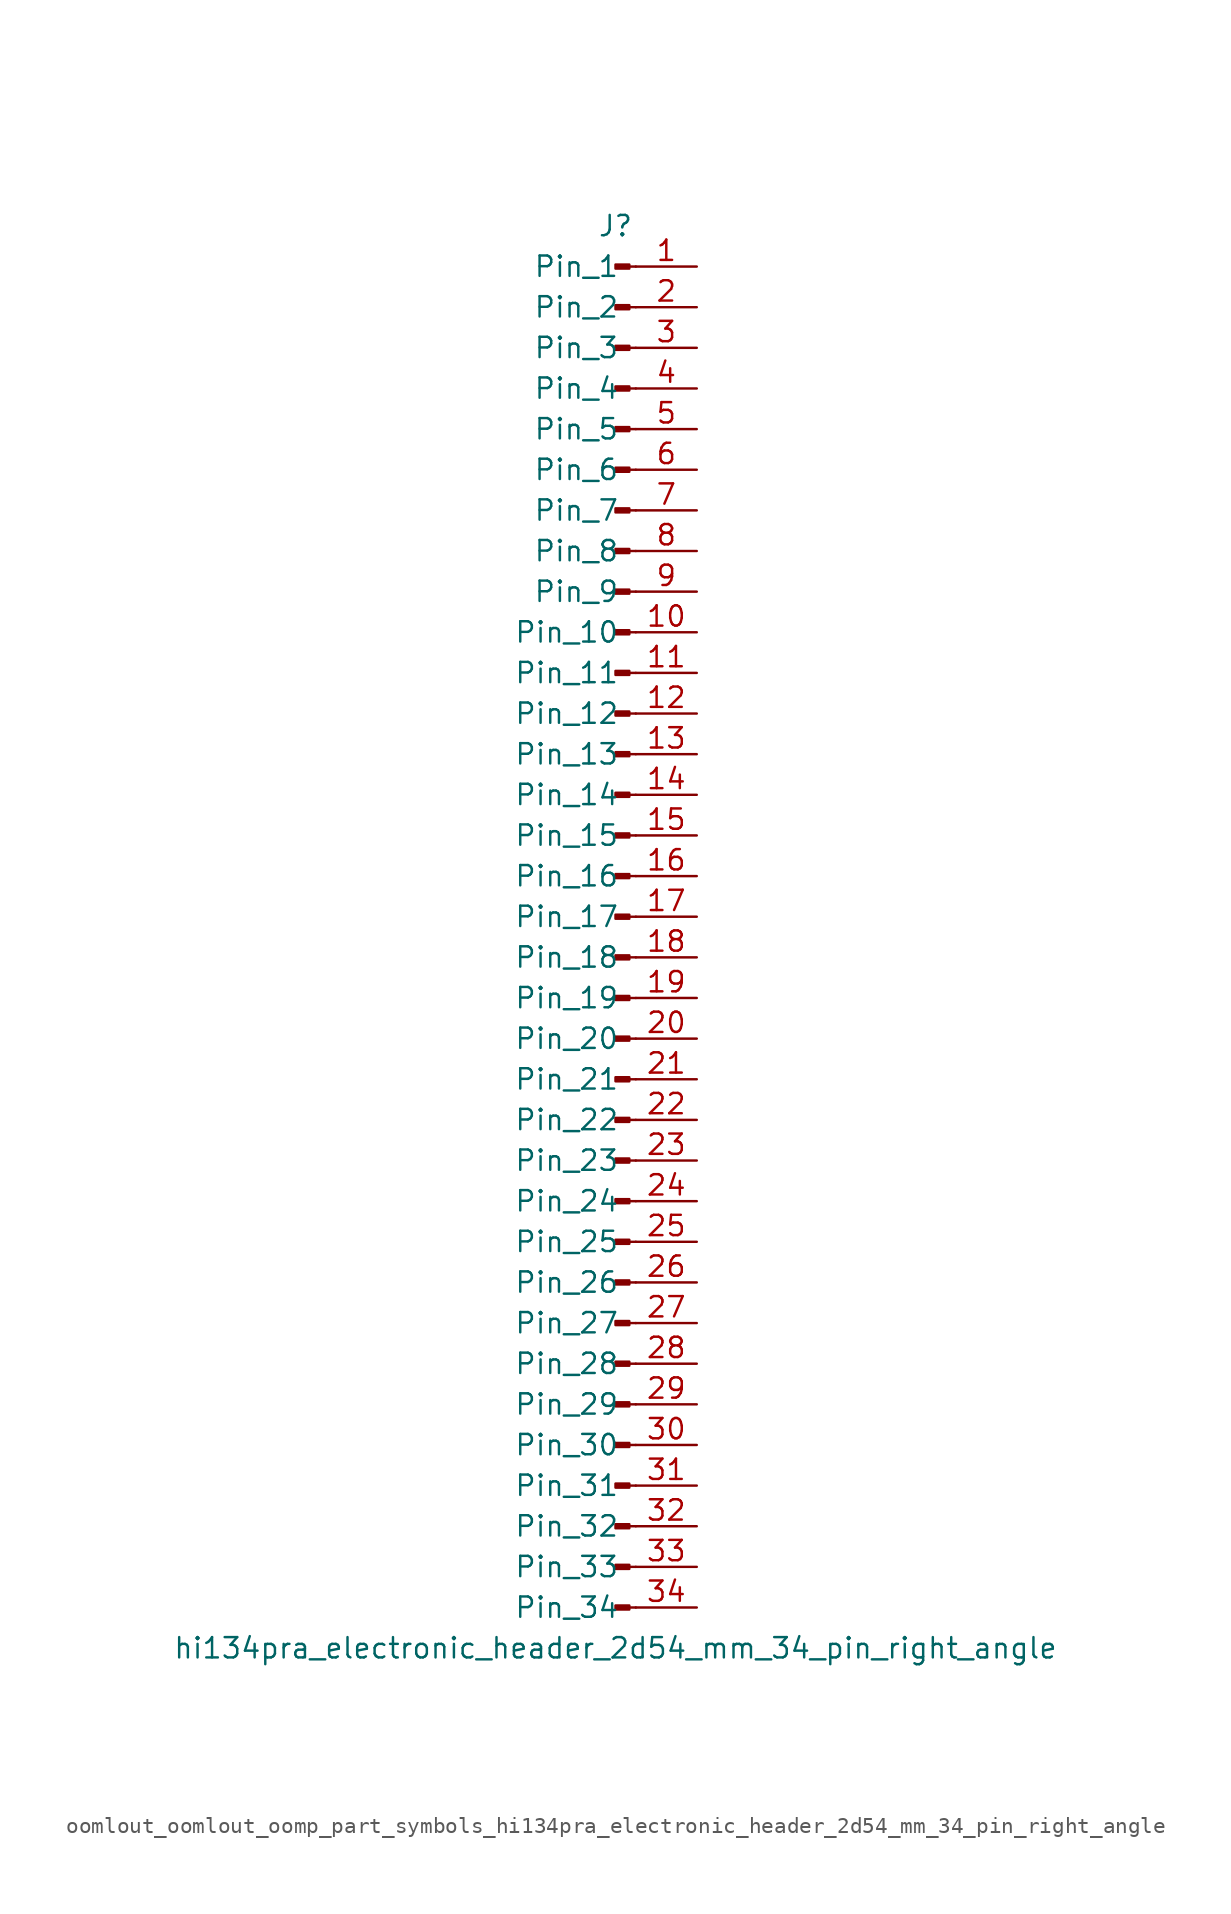
<source format=kicad_sym>
(kicad_symbol_lib
  (version 20220914)
  (generator kicad_symbol_editor)
  (symbol "oomlout_oomlout_oomp_part_symbols_hi134pra_electronic_header_2d54_mm_34_pin_right_angle"
    (pin_names
      (offset 1.016))
    (property "Reference" "J"
      (at 0 43.18 0)
      (effects (font (size 1.27 1.27))))
    (property "Value" "hi134pra_electronic_header_2d54_mm_34_pin_right_angle"
      (at 0 -45.72 0)
      (effects (font (size 1.27 1.27))))
    (property "ki_locked" ""
      (at 0 0 0)
      (effects (font (size 1.27 1.27))))
    (symbol "oomlout_oomlout_oomp_part_symbols_hi134pra_electronic_header_2d54_mm_34_pin_right_angle_1_1"
      (polyline (pts (xy 1.27 -43.18) (xy 0.864 -43.18)) (stroke (width 0.152) (type default)) (fill (type none)))
      (polyline (pts (xy 1.27 -40.64) (xy 0.864 -40.64)) (stroke (width 0.152) (type default)) (fill (type none)))
      (polyline (pts (xy 1.27 -38.1) (xy 0.864 -38.1)) (stroke (width 0.152) (type default)) (fill (type none)))
      (polyline (pts (xy 1.27 -35.56) (xy 0.864 -35.56)) (stroke (width 0.152) (type default)) (fill (type none)))
      (polyline (pts (xy 1.27 -33.02) (xy 0.864 -33.02)) (stroke (width 0.152) (type default)) (fill (type none)))
      (polyline (pts (xy 1.27 -30.48) (xy 0.864 -30.48)) (stroke (width 0.152) (type default)) (fill (type none)))
      (polyline (pts (xy 1.27 -27.94) (xy 0.864 -27.94)) (stroke (width 0.152) (type default)) (fill (type none)))
      (polyline (pts (xy 1.27 -25.4) (xy 0.864 -25.4)) (stroke (width 0.152) (type default)) (fill (type none)))
      (polyline (pts (xy 1.27 -22.86) (xy 0.864 -22.86)) (stroke (width 0.152) (type default)) (fill (type none)))
      (polyline (pts (xy 1.27 -20.32) (xy 0.864 -20.32)) (stroke (width 0.152) (type default)) (fill (type none)))
      (polyline (pts (xy 1.27 -17.78) (xy 0.864 -17.78)) (stroke (width 0.152) (type default)) (fill (type none)))
      (polyline (pts (xy 1.27 -15.24) (xy 0.864 -15.24)) (stroke (width 0.152) (type default)) (fill (type none)))
      (polyline (pts (xy 1.27 -12.7) (xy 0.864 -12.7)) (stroke (width 0.152) (type default)) (fill (type none)))
      (polyline (pts (xy 1.27 -10.16) (xy 0.864 -10.16)) (stroke (width 0.152) (type default)) (fill (type none)))
      (polyline (pts (xy 1.27 -7.62) (xy 0.864 -7.62)) (stroke (width 0.152) (type default)) (fill (type none)))
      (polyline (pts (xy 1.27 -5.08) (xy 0.864 -5.08)) (stroke (width 0.152) (type default)) (fill (type none)))
      (polyline (pts (xy 1.27 -2.54) (xy 0.864 -2.54)) (stroke (width 0.152) (type default)) (fill (type none)))
      (polyline (pts (xy 1.27 0) (xy 0.864 0)) (stroke (width 0.152) (type default)) (fill (type none)))
      (polyline (pts (xy 1.27 2.54) (xy 0.864 2.54)) (stroke (width 0.152) (type default)) (fill (type none)))
      (polyline (pts (xy 1.27 5.08) (xy 0.864 5.08)) (stroke (width 0.152) (type default)) (fill (type none)))
      (polyline (pts (xy 1.27 7.62) (xy 0.864 7.62)) (stroke (width 0.152) (type default)) (fill (type none)))
      (polyline (pts (xy 1.27 10.16) (xy 0.864 10.16)) (stroke (width 0.152) (type default)) (fill (type none)))
      (polyline (pts (xy 1.27 12.7) (xy 0.864 12.7)) (stroke (width 0.152) (type default)) (fill (type none)))
      (polyline (pts (xy 1.27 15.24) (xy 0.864 15.24)) (stroke (width 0.152) (type default)) (fill (type none)))
      (polyline (pts (xy 1.27 17.78) (xy 0.864 17.78)) (stroke (width 0.152) (type default)) (fill (type none)))
      (polyline (pts (xy 1.27 20.32) (xy 0.864 20.32)) (stroke (width 0.152) (type default)) (fill (type none)))
      (polyline (pts (xy 1.27 22.86) (xy 0.864 22.86)) (stroke (width 0.152) (type default)) (fill (type none)))
      (polyline (pts (xy 1.27 25.4) (xy 0.864 25.4)) (stroke (width 0.152) (type default)) (fill (type none)))
      (polyline (pts (xy 1.27 27.94) (xy 0.864 27.94)) (stroke (width 0.152) (type default)) (fill (type none)))
      (polyline (pts (xy 1.27 30.48) (xy 0.864 30.48)) (stroke (width 0.152) (type default)) (fill (type none)))
      (polyline (pts (xy 1.27 33.02) (xy 0.864 33.02)) (stroke (width 0.152) (type default)) (fill (type none)))
      (polyline (pts (xy 1.27 35.56) (xy 0.864 35.56)) (stroke (width 0.152) (type default)) (fill (type none)))
      (polyline (pts (xy 1.27 38.1) (xy 0.864 38.1)) (stroke (width 0.152) (type default)) (fill (type none)))
      (polyline (pts (xy 1.27 40.64) (xy 0.864 40.64)) (stroke (width 0.152) (type default)) (fill (type none)))
      (rectangle (start 0.864 -43.053) (end 0 -43.307) (stroke (width 0.152) (type default)) (fill (type outline)))
      (rectangle (start 0.864 -40.513) (end 0 -40.767) (stroke (width 0.152) (type default)) (fill (type outline)))
      (rectangle (start 0.864 -37.973) (end 0 -38.227) (stroke (width 0.152) (type default)) (fill (type outline)))
      (rectangle (start 0.864 -35.433) (end 0 -35.687) (stroke (width 0.152) (type default)) (fill (type outline)))
      (rectangle (start 0.864 -32.893) (end 0 -33.147) (stroke (width 0.152) (type default)) (fill (type outline)))
      (rectangle (start 0.864 -30.353) (end 0 -30.607) (stroke (width 0.152) (type default)) (fill (type outline)))
      (rectangle (start 0.864 -27.813) (end 0 -28.067) (stroke (width 0.152) (type default)) (fill (type outline)))
      (rectangle (start 0.864 -25.273) (end 0 -25.527) (stroke (width 0.152) (type default)) (fill (type outline)))
      (rectangle (start 0.864 -22.733) (end 0 -22.987) (stroke (width 0.152) (type default)) (fill (type outline)))
      (rectangle (start 0.864 -20.193) (end 0 -20.447) (stroke (width 0.152) (type default)) (fill (type outline)))
      (rectangle (start 0.864 -17.653) (end 0 -17.907) (stroke (width 0.152) (type default)) (fill (type outline)))
      (rectangle (start 0.864 -15.113) (end 0 -15.367) (stroke (width 0.152) (type default)) (fill (type outline)))
      (rectangle (start 0.864 -12.573) (end 0 -12.827) (stroke (width 0.152) (type default)) (fill (type outline)))
      (rectangle (start 0.864 -10.033) (end 0 -10.287) (stroke (width 0.152) (type default)) (fill (type outline)))
      (rectangle (start 0.864 -7.493) (end 0 -7.747) (stroke (width 0.152) (type default)) (fill (type outline)))
      (rectangle (start 0.864 -4.953) (end 0 -5.207) (stroke (width 0.152) (type default)) (fill (type outline)))
      (rectangle (start 0.864 -2.413) (end 0 -2.667) (stroke (width 0.152) (type default)) (fill (type outline)))
      (rectangle (start 0.864 0.127) (end 0 -0.127) (stroke (width 0.152) (type default)) (fill (type outline)))
      (rectangle (start 0.864 2.667) (end 0 2.413) (stroke (width 0.152) (type default)) (fill (type outline)))
      (rectangle (start 0.864 5.207) (end 0 4.953) (stroke (width 0.152) (type default)) (fill (type outline)))
      (rectangle (start 0.864 7.747) (end 0 7.493) (stroke (width 0.152) (type default)) (fill (type outline)))
      (rectangle (start 0.864 10.287) (end 0 10.033) (stroke (width 0.152) (type default)) (fill (type outline)))
      (rectangle (start 0.864 12.827) (end 0 12.573) (stroke (width 0.152) (type default)) (fill (type outline)))
      (rectangle (start 0.864 15.367) (end 0 15.113) (stroke (width 0.152) (type default)) (fill (type outline)))
      (rectangle (start 0.864 17.907) (end 0 17.653) (stroke (width 0.152) (type default)) (fill (type outline)))
      (rectangle (start 0.864 20.447) (end 0 20.193) (stroke (width 0.152) (type default)) (fill (type outline)))
      (rectangle (start 0.864 22.987) (end 0 22.733) (stroke (width 0.152) (type default)) (fill (type outline)))
      (rectangle (start 0.864 25.527) (end 0 25.273) (stroke (width 0.152) (type default)) (fill (type outline)))
      (rectangle (start 0.864 28.067) (end 0 27.813) (stroke (width 0.152) (type default)) (fill (type outline)))
      (rectangle (start 0.864 30.607) (end 0 30.353) (stroke (width 0.152) (type default)) (fill (type outline)))
      (rectangle (start 0.864 33.147) (end 0 32.893) (stroke (width 0.152) (type default)) (fill (type outline)))
      (rectangle (start 0.864 35.687) (end 0 35.433) (stroke (width 0.152) (type default)) (fill (type outline)))
      (rectangle (start 0.864 38.227) (end 0 37.973) (stroke (width 0.152) (type default)) (fill (type outline)))
      (rectangle (start 0.864 40.767) (end 0 40.513) (stroke (width 0.152) (type default)) (fill (type outline)))
      (pin passive line (at 5.08 40.64 180) (length 3.81) (name "Pin_1" (effects (font (size 1.27 1.27)))) (number "1" (effects (font (size 1.27 1.27)))))
      (pin passive line (at 5.08 17.78 180) (length 3.81) (name "Pin_10" (effects (font (size 1.27 1.27)))) (number "10" (effects (font (size 1.27 1.27)))))
      (pin passive line (at 5.08 15.24 180) (length 3.81) (name "Pin_11" (effects (font (size 1.27 1.27)))) (number "11" (effects (font (size 1.27 1.27)))))
      (pin passive line (at 5.08 12.7 180) (length 3.81) (name "Pin_12" (effects (font (size 1.27 1.27)))) (number "12" (effects (font (size 1.27 1.27)))))
      (pin passive line (at 5.08 10.16 180) (length 3.81) (name "Pin_13" (effects (font (size 1.27 1.27)))) (number "13" (effects (font (size 1.27 1.27)))))
      (pin passive line (at 5.08 7.62 180) (length 3.81) (name "Pin_14" (effects (font (size 1.27 1.27)))) (number "14" (effects (font (size 1.27 1.27)))))
      (pin passive line (at 5.08 5.08 180) (length 3.81) (name "Pin_15" (effects (font (size 1.27 1.27)))) (number "15" (effects (font (size 1.27 1.27)))))
      (pin passive line (at 5.08 2.54 180) (length 3.81) (name "Pin_16" (effects (font (size 1.27 1.27)))) (number "16" (effects (font (size 1.27 1.27)))))
      (pin passive line (at 5.08 0 180) (length 3.81) (name "Pin_17" (effects (font (size 1.27 1.27)))) (number "17" (effects (font (size 1.27 1.27)))))
      (pin passive line (at 5.08 -2.54 180) (length 3.81) (name "Pin_18" (effects (font (size 1.27 1.27)))) (number "18" (effects (font (size 1.27 1.27)))))
      (pin passive line (at 5.08 -5.08 180) (length 3.81) (name "Pin_19" (effects (font (size 1.27 1.27)))) (number "19" (effects (font (size 1.27 1.27)))))
      (pin passive line (at 5.08 38.1 180) (length 3.81) (name "Pin_2" (effects (font (size 1.27 1.27)))) (number "2" (effects (font (size 1.27 1.27)))))
      (pin passive line (at 5.08 -7.62 180) (length 3.81) (name "Pin_20" (effects (font (size 1.27 1.27)))) (number "20" (effects (font (size 1.27 1.27)))))
      (pin passive line (at 5.08 -10.16 180) (length 3.81) (name "Pin_21" (effects (font (size 1.27 1.27)))) (number "21" (effects (font (size 1.27 1.27)))))
      (pin passive line (at 5.08 -12.7 180) (length 3.81) (name "Pin_22" (effects (font (size 1.27 1.27)))) (number "22" (effects (font (size 1.27 1.27)))))
      (pin passive line (at 5.08 -15.24 180) (length 3.81) (name "Pin_23" (effects (font (size 1.27 1.27)))) (number "23" (effects (font (size 1.27 1.27)))))
      (pin passive line (at 5.08 -17.78 180) (length 3.81) (name "Pin_24" (effects (font (size 1.27 1.27)))) (number "24" (effects (font (size 1.27 1.27)))))
      (pin passive line (at 5.08 -20.32 180) (length 3.81) (name "Pin_25" (effects (font (size 1.27 1.27)))) (number "25" (effects (font (size 1.27 1.27)))))
      (pin passive line (at 5.08 -22.86 180) (length 3.81) (name "Pin_26" (effects (font (size 1.27 1.27)))) (number "26" (effects (font (size 1.27 1.27)))))
      (pin passive line (at 5.08 -25.4 180) (length 3.81) (name "Pin_27" (effects (font (size 1.27 1.27)))) (number "27" (effects (font (size 1.27 1.27)))))
      (pin passive line (at 5.08 -27.94 180) (length 3.81) (name "Pin_28" (effects (font (size 1.27 1.27)))) (number "28" (effects (font (size 1.27 1.27)))))
      (pin passive line (at 5.08 -30.48 180) (length 3.81) (name "Pin_29" (effects (font (size 1.27 1.27)))) (number "29" (effects (font (size 1.27 1.27)))))
      (pin passive line (at 5.08 35.56 180) (length 3.81) (name "Pin_3" (effects (font (size 1.27 1.27)))) (number "3" (effects (font (size 1.27 1.27)))))
      (pin passive line (at 5.08 -33.02 180) (length 3.81) (name "Pin_30" (effects (font (size 1.27 1.27)))) (number "30" (effects (font (size 1.27 1.27)))))
      (pin passive line (at 5.08 -35.56 180) (length 3.81) (name "Pin_31" (effects (font (size 1.27 1.27)))) (number "31" (effects (font (size 1.27 1.27)))))
      (pin passive line (at 5.08 -38.1 180) (length 3.81) (name "Pin_32" (effects (font (size 1.27 1.27)))) (number "32" (effects (font (size 1.27 1.27)))))
      (pin passive line (at 5.08 -40.64 180) (length 3.81) (name "Pin_33" (effects (font (size 1.27 1.27)))) (number "33" (effects (font (size 1.27 1.27)))))
      (pin passive line (at 5.08 -43.18 180) (length 3.81) (name "Pin_34" (effects (font (size 1.27 1.27)))) (number "34" (effects (font (size 1.27 1.27)))))
      (pin passive line (at 5.08 33.02 180) (length 3.81) (name "Pin_4" (effects (font (size 1.27 1.27)))) (number "4" (effects (font (size 1.27 1.27)))))
      (pin passive line (at 5.08 30.48 180) (length 3.81) (name "Pin_5" (effects (font (size 1.27 1.27)))) (number "5" (effects (font (size 1.27 1.27)))))
      (pin passive line (at 5.08 27.94 180) (length 3.81) (name "Pin_6" (effects (font (size 1.27 1.27)))) (number "6" (effects (font (size 1.27 1.27)))))
      (pin passive line (at 5.08 25.4 180) (length 3.81) (name "Pin_7" (effects (font (size 1.27 1.27)))) (number "7" (effects (font (size 1.27 1.27)))))
      (pin passive line (at 5.08 22.86 180) (length 3.81) (name "Pin_8" (effects (font (size 1.27 1.27)))) (number "8" (effects (font (size 1.27 1.27)))))
      (pin passive line (at 5.08 20.32 180) (length 3.81) (name "Pin_9" (effects (font (size 1.27 1.27)))) (number "9" (effects (font (size 1.27 1.27))))))))
</source>
